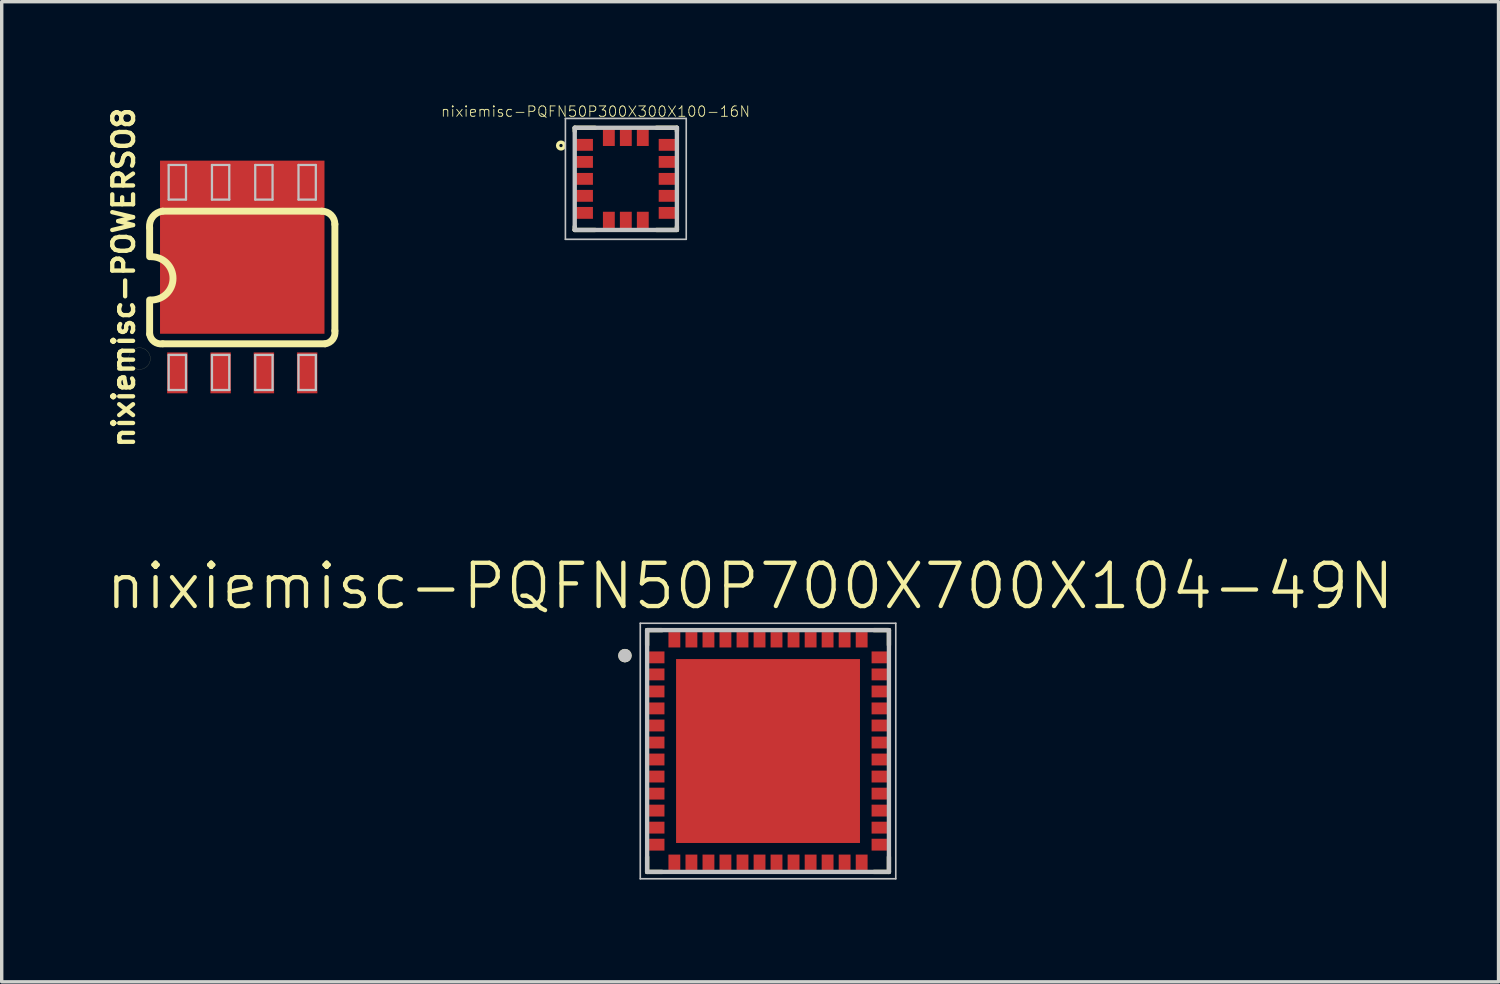
<source format=kicad_pcb>
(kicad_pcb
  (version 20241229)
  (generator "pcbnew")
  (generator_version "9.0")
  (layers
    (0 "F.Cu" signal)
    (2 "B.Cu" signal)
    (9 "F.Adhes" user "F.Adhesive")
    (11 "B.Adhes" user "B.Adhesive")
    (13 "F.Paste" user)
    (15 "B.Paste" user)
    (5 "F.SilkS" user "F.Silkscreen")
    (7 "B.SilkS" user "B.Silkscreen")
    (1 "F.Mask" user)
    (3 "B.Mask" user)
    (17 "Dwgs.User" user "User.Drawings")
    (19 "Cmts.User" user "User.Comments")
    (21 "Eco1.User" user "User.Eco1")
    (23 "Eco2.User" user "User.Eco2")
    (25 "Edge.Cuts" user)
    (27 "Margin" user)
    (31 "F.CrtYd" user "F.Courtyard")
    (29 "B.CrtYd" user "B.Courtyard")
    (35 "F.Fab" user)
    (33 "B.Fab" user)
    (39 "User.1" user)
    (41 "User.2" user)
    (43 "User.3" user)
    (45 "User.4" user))
  (footprint "nixiemisc-POWERSO8"
    (layer "F.Cu")
    (at 4.059 5.093)
    (property "Reference" "nixiemisc-POWERSO8" (at -3.48 0 90) (layer "F.SilkS") (effects (font (size 0.61 0.61) (thickness 0.127))))
    (attr smd)
    (fp_line (start -2.718 -1.45) (end -2.718 -0.61) (stroke (width 0.203) (type solid)) (layer "F.SilkS"))
    (fp_line (start -2.718 1.664) (end -2.718 0.66) (stroke (width 0.203) (type solid)) (layer "F.SilkS"))
    (fp_line (start -2.337 1.946) (end 2.436 1.946) (stroke (width 0.203) (type solid)) (layer "F.SilkS"))
    (fp_line (start 2.337 -1.946) (end -2.337 -1.946) (stroke (width 0.203) (type solid)) (layer "F.SilkS"))
    (fp_line (start 2.718 1.565) (end 2.718 -1.565) (stroke (width 0.203) (type solid)) (layer "F.SilkS"))
    (fp_arc (start -2.7178 -1.46304) (mid -2.62725 -1.783248) (end -2.3368 -1.94564) (stroke (width 0.2032) (type solid)) (layer "F.SilkS"))
    (fp_arc (start -2.667 -0.6096) (mid -2.032 0.0254) (end -2.667 0.6604) (stroke (width 0.2032) (type solid)) (layer "F.SilkS"))
    (fp_arc (start -2.3368 1.94564) (mid -2.584422 1.883052) (end -2.71526 1.6637) (stroke (width 0.2032) (type solid)) (layer "F.SilkS"))
    (fp_arc (start 2.3368 -1.94564) (mid 2.606208 -1.834048) (end 2.7178 -1.56464) (stroke (width 0.2032) (type solid)) (layer "F.SilkS"))
    (fp_arc (start 2.7178 1.56464) (mid 2.654468 1.814058) (end 2.43332 1.94564) (stroke (width 0.2032) (type solid)) (layer "F.SilkS"))
    (fp_poly (pts (xy -2.697 2.38) (xy -2.705 2.309) (xy -2.728 2.243) (xy -2.766 2.182) (xy -2.817 2.131) (xy -2.878 2.093) (xy -2.944 2.07) (xy -3.015 2.062) (xy -3.086 2.07) (xy -3.152 2.093) (xy -3.213 2.131) (xy -3.264 2.182) (xy -3.302 2.243) (xy -3.325 2.309) (xy -3.332 2.38) (xy -3.325 2.451) (xy -3.302 2.517) (xy -3.264 2.578) (xy -3.213 2.629) (xy -3.152 2.667) (xy -3.086 2.69) (xy -3.015 2.697) (xy -2.944 2.69) (xy -2.878 2.667) (xy -2.817 2.629) (xy -2.766 2.578) (xy -2.728 2.517) (xy -2.705 2.451) (xy -2.697 2.38)) (stroke (width 0.003) (type solid)) (fill no) (layer "F.SilkS"))
    (fp_line (start -2.159 -3.302) (end -1.651 -3.302) (stroke (width 0.066) (type solid)) (layer "Dwgs.User"))
    (fp_line (start -2.159 -2.286) (end -2.159 -3.302) (stroke (width 0.066) (type solid)) (layer "Dwgs.User"))
    (fp_line (start -2.159 -2.286) (end -1.651 -2.286) (stroke (width 0.066) (type solid)) (layer "Dwgs.User"))
    (fp_line (start -2.159 2.273) (end -1.651 2.273) (stroke (width 0.066) (type solid)) (layer "Dwgs.User"))
    (fp_line (start -2.159 3.302) (end -2.159 2.273) (stroke (width 0.066) (type solid)) (layer "Dwgs.User"))
    (fp_line (start -2.159 3.302) (end -1.651 3.302) (stroke (width 0.066) (type solid)) (layer "Dwgs.User"))
    (fp_line (start -1.651 -2.286) (end -1.651 -3.302) (stroke (width 0.066) (type solid)) (layer "Dwgs.User"))
    (fp_line (start -1.651 3.302) (end -1.651 2.273) (stroke (width 0.066) (type solid)) (layer "Dwgs.User"))
    (fp_line (start -0.889 -3.302) (end -0.381 -3.302) (stroke (width 0.066) (type solid)) (layer "Dwgs.User"))
    (fp_line (start -0.889 -2.286) (end -0.889 -3.302) (stroke (width 0.066) (type solid)) (layer "Dwgs.User"))
    (fp_line (start -0.889 -2.286) (end -0.381 -2.286) (stroke (width 0.066) (type solid)) (layer "Dwgs.User"))
    (fp_line (start -0.889 2.273) (end -0.381 2.273) (stroke (width 0.066) (type solid)) (layer "Dwgs.User"))
    (fp_line (start -0.889 3.302) (end -0.889 2.273) (stroke (width 0.066) (type solid)) (layer "Dwgs.User"))
    (fp_line (start -0.889 3.302) (end -0.381 3.302) (stroke (width 0.066) (type solid)) (layer "Dwgs.User"))
    (fp_line (start -0.381 -2.286) (end -0.381 -3.302) (stroke (width 0.066) (type solid)) (layer "Dwgs.User"))
    (fp_line (start -0.381 3.302) (end -0.381 2.273) (stroke (width 0.066) (type solid)) (layer "Dwgs.User"))
    (fp_line (start 0.381 -3.302) (end 0.889 -3.302) (stroke (width 0.066) (type solid)) (layer "Dwgs.User"))
    (fp_line (start 0.381 -2.286) (end 0.381 -3.302) (stroke (width 0.066) (type solid)) (layer "Dwgs.User"))
    (fp_line (start 0.381 -2.286) (end 0.889 -2.286) (stroke (width 0.066) (type solid)) (layer "Dwgs.User"))
    (fp_line (start 0.381 2.273) (end 0.889 2.273) (stroke (width 0.066) (type solid)) (layer "Dwgs.User"))
    (fp_line (start 0.381 3.302) (end 0.381 2.273) (stroke (width 0.066) (type solid)) (layer "Dwgs.User"))
    (fp_line (start 0.381 3.302) (end 0.889 3.302) (stroke (width 0.066) (type solid)) (layer "Dwgs.User"))
    (fp_line (start 0.889 -2.286) (end 0.889 -3.302) (stroke (width 0.066) (type solid)) (layer "Dwgs.User"))
    (fp_line (start 0.889 3.302) (end 0.889 2.273) (stroke (width 0.066) (type solid)) (layer "Dwgs.User"))
    (fp_line (start 1.651 -3.302) (end 2.159 -3.302) (stroke (width 0.066) (type solid)) (layer "Dwgs.User"))
    (fp_line (start 1.651 -2.286) (end 1.651 -3.302) (stroke (width 0.066) (type solid)) (layer "Dwgs.User"))
    (fp_line (start 1.651 -2.286) (end 2.159 -2.286) (stroke (width 0.066) (type solid)) (layer "Dwgs.User"))
    (fp_line (start 1.651 2.273) (end 2.159 2.273) (stroke (width 0.066) (type solid)) (layer "Dwgs.User"))
    (fp_line (start 1.651 3.302) (end 1.651 2.273) (stroke (width 0.066) (type solid)) (layer "Dwgs.User"))
    (fp_line (start 1.651 3.302) (end 2.159 3.302) (stroke (width 0.066) (type solid)) (layer "Dwgs.User"))
    (fp_line (start 2.159 -2.286) (end 2.159 -3.302) (stroke (width 0.066) (type solid)) (layer "Dwgs.User"))
    (fp_line (start 2.159 3.302) (end 2.159 2.273) (stroke (width 0.066) (type solid)) (layer "Dwgs.User"))
    (pad "0" smd rect (at 0 -0.889) (size 4.826 5.08) (layers "F.Cu" "F.Mask" "F.Paste"))
    (pad "1" smd rect (at -1.905 2.799) (size 0.599 1.199) (layers "F.Cu" "F.Mask" "F.Paste"))
    (pad "2" smd rect (at -0.635 2.799) (size 0.599 1.199) (layers "F.Cu" "F.Mask" "F.Paste"))
    (pad "3" smd rect (at 0.635 2.799) (size 0.599 1.199) (layers "F.Cu" "F.Mask" "F.Paste"))
    (pad "4" smd rect (at 1.905 2.799) (size 0.599 1.199) (layers "F.Cu" "F.Mask" "F.Paste"))
    (pad "5" smd rect (at 1.905 -2.799) (size 0.599 1.199) (layers "F.Cu" "F.Mask" "F.Paste"))
    (pad "6" smd rect (at 0.635 -2.799) (size 0.599 1.199) (layers "F.Cu" "F.Mask" "F.Paste"))
    (pad "7" smd rect (at -0.635 -2.799) (size 0.599 1.199) (layers "F.Cu" "F.Mask" "F.Paste"))
    (pad "8" smd rect (at -1.905 -2.799) (size 0.599 1.199) (layers "F.Cu" "F.Mask" "F.Paste")))
  (footprint "nixiemisc-PQFN50P300X300X100-16N"
    (layer "F.Cu")
    (at 15.315 2.199)
    (property "Reference" "nixiemisc-PQFN50P300X300X100-16N" (at -0.889 -1.976 0) (layer "F.SilkS") (effects (font (size 0.305 0.305) (thickness 0.025))))
    (attr smd)
    (fp_line (start -1.499 -1.499) (end -0.899 -1.499) (stroke (width 0.127) (type solid)) (layer "F.SilkS"))
    (fp_line (start -1.499 -1.4) (end -1.499 -1.499) (stroke (width 0.127) (type solid)) (layer "F.SilkS"))
    (fp_line (start -1.499 1.4) (end -1.499 1.499) (stroke (width 0.127) (type solid)) (layer "F.SilkS"))
    (fp_line (start -1.499 1.499) (end -0.899 1.499) (stroke (width 0.127) (type solid)) (layer "F.SilkS"))
    (fp_line (start 0.899 -1.499) (end 1.499 -1.499) (stroke (width 0.127) (type solid)) (layer "F.SilkS"))
    (fp_line (start 0.899 1.499) (end 1.499 1.499) (stroke (width 0.127) (type solid)) (layer "F.SilkS"))
    (fp_line (start 1.499 -1.499) (end 1.499 -1.4) (stroke (width 0.127) (type solid)) (layer "F.SilkS"))
    (fp_line (start 1.499 1.499) (end 1.499 1.4) (stroke (width 0.127) (type solid)) (layer "F.SilkS"))
    (fp_circle (center -1.902 -0.978) (end -1.902 -1.077) (stroke (width 0.1) (type solid)) (fill no) (layer "F.SilkS"))
    (fp_line (start -1.773 -1.773) (end 1.773 -1.773) (stroke (width 0.048) (type solid)) (layer "Dwgs.User"))
    (fp_line (start -1.773 1.773) (end -1.773 -1.773) (stroke (width 0.048) (type solid)) (layer "Dwgs.User"))
    (fp_line (start -1.499 -1.499) (end 1.499 -1.499) (stroke (width 0.127) (type solid)) (layer "Dwgs.User"))
    (fp_line (start -1.499 1.499) (end -1.499 -1.499) (stroke (width 0.127) (type solid)) (layer "Dwgs.User"))
    (fp_line (start 1.499 -1.499) (end 1.499 1.499) (stroke (width 0.127) (type solid)) (layer "Dwgs.User"))
    (fp_line (start 1.499 1.499) (end -1.499 1.499) (stroke (width 0.127) (type solid)) (layer "Dwgs.User"))
    (fp_line (start 1.773 -1.773) (end 1.773 1.773) (stroke (width 0.048) (type solid)) (layer "Dwgs.User"))
    (fp_line (start 1.773 1.773) (end -1.773 1.773) (stroke (width 0.048) (type solid)) (layer "Dwgs.User"))
    (pad "1" smd rect (at -1.224 -0.998) (size 0.518 0.348) (layers "F.Cu" "F.Mask" "F.Paste"))
    (pad "2" smd rect (at -1.224 -0.498) (size 0.518 0.348) (layers "F.Cu" "F.Mask" "F.Paste"))
    (pad "3" smd rect (at -1.224 0) (size 0.518 0.348) (layers "F.Cu" "F.Mask" "F.Paste"))
    (pad "4" smd rect (at -1.224 0.498) (size 0.518 0.348) (layers "F.Cu" "F.Mask" "F.Paste"))
    (pad "5" smd rect (at -1.224 0.998) (size 0.518 0.348) (layers "F.Cu" "F.Mask" "F.Paste"))
    (pad "6" smd rect (at -0.498 1.224 90) (size 0.518 0.348) (layers "F.Cu" "F.Mask" "F.Paste"))
    (pad "7" smd rect (at 0 1.224 90) (size 0.518 0.348) (layers "F.Cu" "F.Mask" "F.Paste"))
    (pad "8" smd rect (at 0.498 1.224 90) (size 0.518 0.348) (layers "F.Cu" "F.Mask" "F.Paste"))
    (pad "9" smd rect (at 1.224 0.998 180) (size 0.518 0.348) (layers "F.Cu" "F.Mask" "F.Paste"))
    (pad "10" smd rect (at 1.224 0.498 180) (size 0.518 0.348) (layers "F.Cu" "F.Mask" "F.Paste"))
    (pad "11" smd rect (at 1.224 0 180) (size 0.518 0.348) (layers "F.Cu" "F.Mask" "F.Paste"))
    (pad "12" smd rect (at 1.224 -0.498 180) (size 0.518 0.348) (layers "F.Cu" "F.Mask" "F.Paste"))
    (pad "13" smd rect (at 1.224 -0.998 180) (size 0.518 0.348) (layers "F.Cu" "F.Mask" "F.Paste"))
    (pad "14" smd rect (at 0.498 -1.224 90) (size 0.518 0.348) (layers "F.Cu" "F.Mask" "F.Paste"))
    (pad "15" smd rect (at 0 -1.224 90) (size 0.518 0.348) (layers "F.Cu" "F.Mask" "F.Paste"))
    (pad "16" smd rect (at -0.498 -1.224 90) (size 0.518 0.348) (layers "F.Cu" "F.Mask" "F.Paste")))
  (footprint "nixiemisc-PQFN50P700X700X104-49N"
    (layer "F.Cu")
    (at 19.488 18.989)
    (property "Reference" "nixiemisc-PQFN50P700X700X104-49N" (at -0.526 -4.836 0) (layer "F.SilkS") (effects (font (size 1.27 1.27) (thickness 0.127))))
    (attr smd)
    (fp_line (start -3.548 -3.548) (end -3.109 -3.548) (stroke (width 0.127) (type solid)) (layer "F.SilkS"))
    (fp_line (start -3.548 -3.109) (end -3.548 -3.548) (stroke (width 0.127) (type solid)) (layer "F.SilkS"))
    (fp_line (start -3.548 3.109) (end -3.548 3.548) (stroke (width 0.127) (type solid)) (layer "F.SilkS"))
    (fp_line (start -3.548 3.548) (end -3.109 3.548) (stroke (width 0.127) (type solid)) (layer "F.SilkS"))
    (fp_line (start 3.548 -3.548) (end 3.109 -3.548) (stroke (width 0.127) (type solid)) (layer "F.SilkS"))
    (fp_line (start 3.548 -3.109) (end 3.548 -3.548) (stroke (width 0.127) (type solid)) (layer "F.SilkS"))
    (fp_line (start 3.548 3.109) (end 3.548 3.548) (stroke (width 0.127) (type solid)) (layer "F.SilkS"))
    (fp_line (start 3.548 3.548) (end 3.109 3.548) (stroke (width 0.127) (type solid)) (layer "F.SilkS"))
    (fp_circle (center -4.199 -2.799) (end -4.199 -2.898) (stroke (width 0.198) (type solid)) (fill no) (layer "F.SilkS"))
    (fp_line (start -2.304 -0.394) (end -2.304 -2.304) (stroke (width 0.066) (type solid)) (layer "F.Paste"))
    (fp_line (start -2.304 0.394) (end -2.304 2.304) (stroke (width 0.066) (type solid)) (layer "F.Paste"))
    (fp_line (start -0.394 -2.304) (end -2.304 -2.304) (stroke (width 0.066) (type solid)) (layer "F.Paste"))
    (fp_line (start -0.394 -0.394) (end -2.304 -0.394) (stroke (width 0.066) (type solid)) (layer "F.Paste"))
    (fp_line (start -0.394 -0.394) (end -0.394 -2.304) (stroke (width 0.066) (type solid)) (layer "F.Paste"))
    (fp_line (start -0.394 0.394) (end -2.304 0.394) (stroke (width 0.066) (type solid)) (layer "F.Paste"))
    (fp_line (start -0.394 0.394) (end -0.394 2.304) (stroke (width 0.066) (type solid)) (layer "F.Paste"))
    (fp_line (start -0.394 2.304) (end -2.304 2.304) (stroke (width 0.066) (type solid)) (layer "F.Paste"))
    (fp_line (start 0.394 -2.304) (end 2.304 -2.304) (stroke (width 0.066) (type solid)) (layer "F.Paste"))
    (fp_line (start 0.394 -0.394) (end 0.394 -2.304) (stroke (width 0.066) (type solid)) (layer "F.Paste"))
    (fp_line (start 0.394 -0.394) (end 2.304 -0.394) (stroke (width 0.066) (type solid)) (layer "F.Paste"))
    (fp_line (start 0.394 0.394) (end 0.394 2.304) (stroke (width 0.066) (type solid)) (layer "F.Paste"))
    (fp_line (start 0.394 0.394) (end 2.304 0.394) (stroke (width 0.066) (type solid)) (layer "F.Paste"))
    (fp_line (start 0.394 2.304) (end 2.304 2.304) (stroke (width 0.066) (type solid)) (layer "F.Paste"))
    (fp_line (start 2.304 -0.394) (end 2.304 -2.304) (stroke (width 0.066) (type solid)) (layer "F.Paste"))
    (fp_line (start 2.304 0.394) (end 2.304 2.304) (stroke (width 0.066) (type solid)) (layer "F.Paste"))
    (fp_line (start -3.749 -3.749) (end -3.749 3.749) (stroke (width 0.048) (type solid)) (layer "Dwgs.User"))
    (fp_line (start -3.749 3.749) (end 3.749 3.749) (stroke (width 0.048) (type solid)) (layer "Dwgs.User"))
    (fp_line (start -3.548 -3.548) (end 3.548 -3.548) (stroke (width 0.127) (type solid)) (layer "Dwgs.User"))
    (fp_line (start -3.548 3.548) (end -3.548 -3.548) (stroke (width 0.127) (type solid)) (layer "Dwgs.User"))
    (fp_line (start 3.548 -3.548) (end 3.548 3.548) (stroke (width 0.127) (type solid)) (layer "Dwgs.User"))
    (fp_line (start 3.548 3.548) (end -3.548 3.548) (stroke (width 0.127) (type solid)) (layer "Dwgs.User"))
    (fp_line (start 3.749 -3.749) (end -3.749 -3.749) (stroke (width 0.048) (type solid)) (layer "Dwgs.User"))
    (fp_line (start 3.749 3.749) (end 3.749 -3.749) (stroke (width 0.048) (type solid)) (layer "Dwgs.User"))
    (fp_circle (center -4.199 -2.799) (end -4.199 -2.898) (stroke (width 0.198) (type solid)) (fill no) (layer "Dwgs.User"))
    (pad "1" smd rect (at -3.264 -2.748 180) (size 0.45 0.348) (layers "F.Cu" "F.Mask" "F.Paste"))
    (pad "2" smd rect (at -3.264 -2.248 180) (size 0.45 0.348) (layers "F.Cu" "F.Mask" "F.Paste"))
    (pad "3" smd rect (at -3.264 -1.748 180) (size 0.45 0.348) (layers "F.Cu" "F.Mask" "F.Paste"))
    (pad "4" smd rect (at -3.264 -1.25 180) (size 0.45 0.348) (layers "F.Cu" "F.Mask" "F.Paste"))
    (pad "5" smd rect (at -3.264 -0.749 180) (size 0.45 0.348) (layers "F.Cu" "F.Mask" "F.Paste"))
    (pad "6" smd rect (at -3.264 -0.249 180) (size 0.45 0.348) (layers "F.Cu" "F.Mask" "F.Paste"))
    (pad "7" smd rect (at -3.264 0.249 180) (size 0.45 0.348) (layers "F.Cu" "F.Mask" "F.Paste"))
    (pad "8" smd rect (at -3.264 0.749 180) (size 0.45 0.348) (layers "F.Cu" "F.Mask" "F.Paste"))
    (pad "9" smd rect (at -3.264 1.25 180) (size 0.45 0.348) (layers "F.Cu" "F.Mask" "F.Paste"))
    (pad "10" smd rect (at -3.264 1.748 180) (size 0.45 0.348) (layers "F.Cu" "F.Mask" "F.Paste"))
    (pad "11" smd rect (at -3.264 2.248 180) (size 0.45 0.348) (layers "F.Cu" "F.Mask" "F.Paste"))
    (pad "12" smd rect (at -3.264 2.748 180) (size 0.45 0.348) (layers "F.Cu" "F.Mask" "F.Paste"))
    (pad "13" smd rect (at -2.748 3.264 270) (size 0.45 0.348) (layers "F.Cu" "F.Mask" "F.Paste"))
    (pad "14" smd rect (at -2.248 3.264 270) (size 0.45 0.348) (layers "F.Cu" "F.Mask" "F.Paste"))
    (pad "15" smd rect (at -1.748 3.264 270) (size 0.45 0.348) (layers "F.Cu" "F.Mask" "F.Paste"))
    (pad "16" smd rect (at -1.25 3.264 270) (size 0.45 0.348) (layers "F.Cu" "F.Mask" "F.Paste"))
    (pad "17" smd rect (at -0.749 3.264 270) (size 0.45 0.348) (layers "F.Cu" "F.Mask" "F.Paste"))
    (pad "18" smd rect (at -0.249 3.264 270) (size 0.45 0.348) (layers "F.Cu" "F.Mask" "F.Paste"))
    (pad "19" smd rect (at 0.249 3.264 270) (size 0.45 0.348) (layers "F.Cu" "F.Mask" "F.Paste"))
    (pad "20" smd rect (at 0.749 3.264 270) (size 0.45 0.348) (layers "F.Cu" "F.Mask" "F.Paste"))
    (pad "21" smd rect (at 1.25 3.264 270) (size 0.45 0.348) (layers "F.Cu" "F.Mask" "F.Paste"))
    (pad "22" smd rect (at 1.748 3.264 270) (size 0.45 0.348) (layers "F.Cu" "F.Mask" "F.Paste"))
    (pad "23" smd rect (at 2.248 3.264 270) (size 0.45 0.348) (layers "F.Cu" "F.Mask" "F.Paste"))
    (pad "24" smd rect (at 2.748 3.264 270) (size 0.45 0.348) (layers "F.Cu" "F.Mask" "F.Paste"))
    (pad "25" smd rect (at 3.264 2.748) (size 0.45 0.348) (layers "F.Cu" "F.Mask" "F.Paste"))
    (pad "26" smd rect (at 3.264 2.248) (size 0.45 0.348) (layers "F.Cu" "F.Mask" "F.Paste"))
    (pad "27" smd rect (at 3.264 1.748) (size 0.45 0.348) (layers "F.Cu" "F.Mask" "F.Paste"))
    (pad "28" smd rect (at 3.264 1.25) (size 0.45 0.348) (layers "F.Cu" "F.Mask" "F.Paste"))
    (pad "29" smd rect (at 3.264 0.749) (size 0.45 0.348) (layers "F.Cu" "F.Mask" "F.Paste"))
    (pad "30" smd rect (at 3.264 0.249) (size 0.45 0.348) (layers "F.Cu" "F.Mask" "F.Paste"))
    (pad "31" smd rect (at 3.264 -0.249) (size 0.45 0.348) (layers "F.Cu" "F.Mask" "F.Paste"))
    (pad "32" smd rect (at 3.264 -0.749) (size 0.45 0.348) (layers "F.Cu" "F.Mask" "F.Paste"))
    (pad "33" smd rect (at 3.264 -1.25) (size 0.45 0.348) (layers "F.Cu" "F.Mask" "F.Paste"))
    (pad "34" smd rect (at 3.264 -1.748) (size 0.45 0.348) (layers "F.Cu" "F.Mask" "F.Paste"))
    (pad "35" smd rect (at 3.264 -2.248) (size 0.45 0.348) (layers "F.Cu" "F.Mask" "F.Paste"))
    (pad "36" smd rect (at 3.264 -2.748) (size 0.45 0.348) (layers "F.Cu" "F.Mask" "F.Paste"))
    (pad "37" smd rect (at 2.748 -3.264 90) (size 0.45 0.348) (layers "F.Cu" "F.Mask" "F.Paste"))
    (pad "38" smd rect (at 2.248 -3.264 90) (size 0.45 0.348) (layers "F.Cu" "F.Mask" "F.Paste"))
    (pad "39" smd rect (at 1.748 -3.264 90) (size 0.45 0.348) (layers "F.Cu" "F.Mask" "F.Paste"))
    (pad "40" smd rect (at 1.25 -3.264 90) (size 0.45 0.348) (layers "F.Cu" "F.Mask" "F.Paste"))
    (pad "41" smd rect (at 0.749 -3.264 90) (size 0.45 0.348) (layers "F.Cu" "F.Mask" "F.Paste"))
    (pad "42" smd rect (at 0.249 -3.264 90) (size 0.45 0.348) (layers "F.Cu" "F.Mask" "F.Paste"))
    (pad "43" smd rect (at -0.249 -3.264 90) (size 0.45 0.348) (layers "F.Cu" "F.Mask" "F.Paste"))
    (pad "44" smd rect (at -0.749 -3.264 90) (size 0.45 0.348) (layers "F.Cu" "F.Mask" "F.Paste"))
    (pad "45" smd rect (at -1.25 -3.264 90) (size 0.45 0.348) (layers "F.Cu" "F.Mask" "F.Paste"))
    (pad "46" smd rect (at -1.748 -3.264 90) (size 0.45 0.348) (layers "F.Cu" "F.Mask" "F.Paste"))
    (pad "47" smd rect (at -2.248 -3.264 90) (size 0.45 0.348) (layers "F.Cu" "F.Mask" "F.Paste"))
    (pad "48" smd rect (at -2.748 -3.264 90) (size 0.45 0.348) (layers "F.Cu" "F.Mask" "F.Paste"))
    (pad "49" smd rect (at 0 0) (size 5.397 5.397) (layers "F.Cu" "F.Mask" "F.Paste")))
  (gr_rect
    (start -3 -3)
    (end 40.925 25.762)
    (stroke (width 0.1) (type default))
    (fill no)
    (layer "Edge.Cuts")))
</source>
